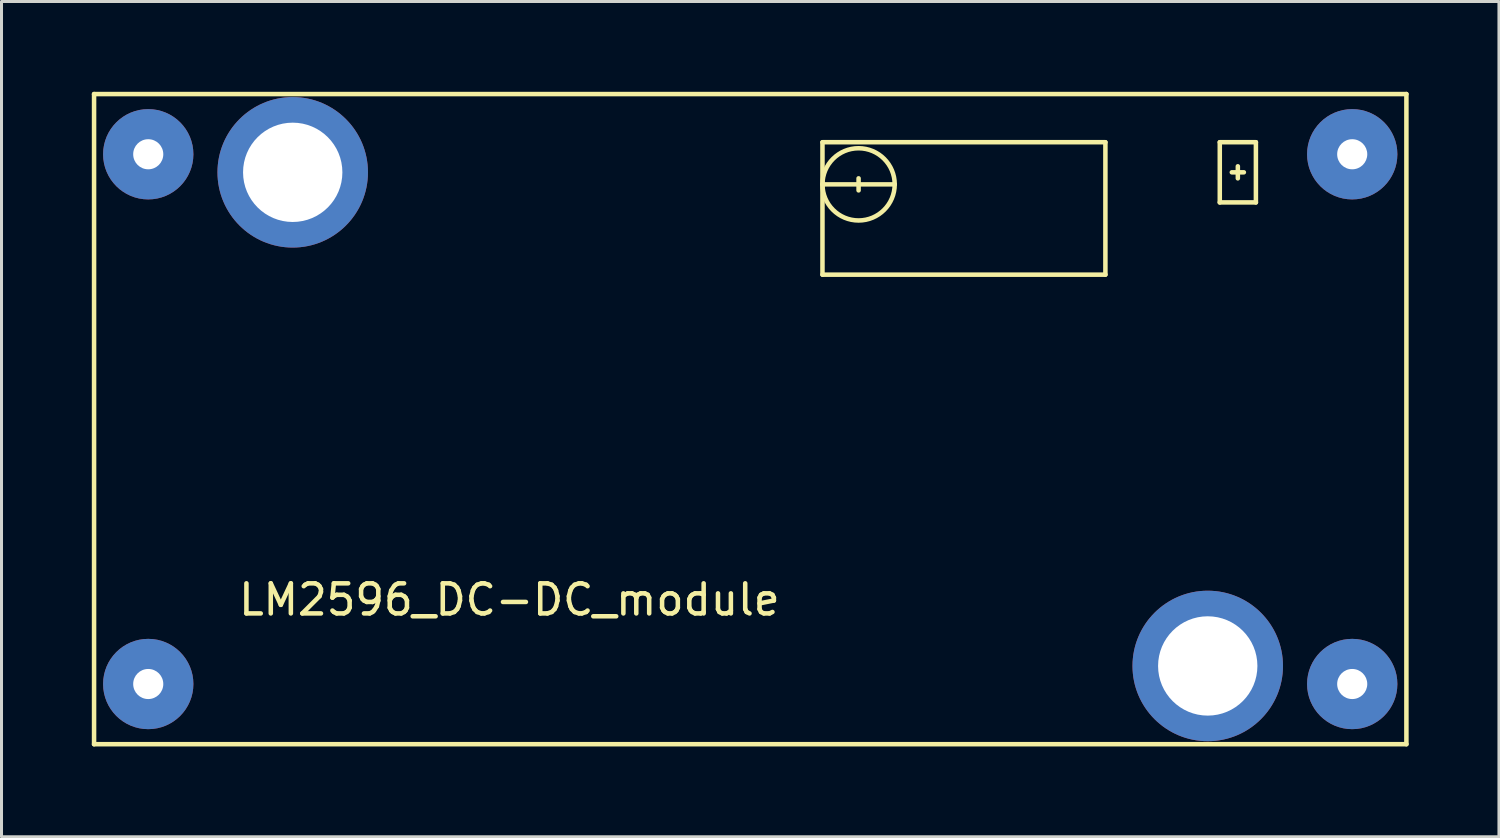
<source format=kicad_pcb>
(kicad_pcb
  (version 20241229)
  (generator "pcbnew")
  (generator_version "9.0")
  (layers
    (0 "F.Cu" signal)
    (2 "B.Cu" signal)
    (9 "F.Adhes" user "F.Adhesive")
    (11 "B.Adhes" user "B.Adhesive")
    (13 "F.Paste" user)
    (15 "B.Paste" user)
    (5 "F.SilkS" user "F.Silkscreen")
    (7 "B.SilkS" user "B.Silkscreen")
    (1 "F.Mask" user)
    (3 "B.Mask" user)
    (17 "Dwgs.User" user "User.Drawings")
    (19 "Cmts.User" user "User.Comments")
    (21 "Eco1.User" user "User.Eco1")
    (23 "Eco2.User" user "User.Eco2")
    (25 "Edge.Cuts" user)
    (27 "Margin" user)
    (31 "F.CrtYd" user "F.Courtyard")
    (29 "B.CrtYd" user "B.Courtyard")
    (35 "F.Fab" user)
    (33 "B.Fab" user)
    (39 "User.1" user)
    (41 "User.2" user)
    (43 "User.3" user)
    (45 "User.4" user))
  (footprint "LM2596_DC-DC_module"
    (layer "F.Cu")
    (at 21.875 10.875)
    (property "Reference" "LM2596_DC-DC_module" (at -8 6 0) (layer "F.SilkS") (effects (font (size 1 1) (thickness 0.15))))
    (attr through_hole)
    (fp_line (start -21.8 -10.8) (end 21.8 -10.8) (stroke (width 0.15) (type solid)) (layer "F.SilkS"))
    (fp_line (start -21.8 10.8) (end -21.8 -10.8) (stroke (width 0.15) (type solid)) (layer "F.SilkS"))
    (fp_line (start -15.4 -8.2) (end -15 -8.2) (stroke (width 0.15) (type solid)) (layer "F.SilkS"))
    (fp_line (start -15.2 -8.4) (end -15.2 -8) (stroke (width 0.15) (type solid)) (layer "F.SilkS"))
    (fp_line (start 2.4 -9.2) (end 11.8 -9.2) (stroke (width 0.15) (type solid)) (layer "F.SilkS"))
    (fp_line (start 2.4 -7.8) (end 4.8 -7.8) (stroke (width 0.15) (type solid)) (layer "F.SilkS"))
    (fp_line (start 2.4 -4.8) (end 2.4 -9.2) (stroke (width 0.15) (type solid)) (layer "F.SilkS"))
    (fp_line (start 3.6 -8) (end 3.6 -7.6) (stroke (width 0.15) (type solid)) (layer "F.SilkS"))
    (fp_line (start 11.8 -9.2) (end 11.8 -4.8) (stroke (width 0.15) (type solid)) (layer "F.SilkS"))
    (fp_line (start 11.8 -4.8) (end 2.4 -4.8) (stroke (width 0.15) (type solid)) (layer "F.SilkS"))
    (fp_line (start 15 8.2) (end 15.4 8.2) (stroke (width 0.15) (type solid)) (layer "F.SilkS"))
    (fp_line (start 15.2 8) (end 15.2 8.4) (stroke (width 0.15) (type solid)) (layer "F.SilkS"))
    (fp_line (start 15.6 -9.2) (end 16.8 -9.2) (stroke (width 0.15) (type solid)) (layer "F.SilkS"))
    (fp_line (start 15.6 -7.2) (end 15.6 -9.2) (stroke (width 0.15) (type solid)) (layer "F.SilkS"))
    (fp_line (start 16 -8.2) (end 16.4 -8.2) (stroke (width 0.15) (type solid)) (layer "F.SilkS"))
    (fp_line (start 16.2 -8.4) (end 16.2 -8) (stroke (width 0.15) (type solid)) (layer "F.SilkS"))
    (fp_line (start 16.8 -9.2) (end 16.8 -7.2) (stroke (width 0.15) (type solid)) (layer "F.SilkS"))
    (fp_line (start 16.8 -7.2) (end 15.6 -7.2) (stroke (width 0.15) (type solid)) (layer "F.SilkS"))
    (fp_line (start 21.8 -10.8) (end 21.8 10.8) (stroke (width 0.15) (type solid)) (layer "F.SilkS"))
    (fp_line (start 21.8 10.8) (end -21.8 10.8) (stroke (width 0.15) (type solid)) (layer "F.SilkS"))
    (fp_circle (center 3.6 -7.8) (end 4.8 -7.8) (stroke (width 0.15) (type solid)) (fill no) (layer "F.SilkS"))
    (pad "" thru_hole circle (at -15.2 -8.2) (size 5 5) (drill 3.3) (layers "*.Cu" "*.Mask"))
    (pad "" thru_hole circle (at 15.2 8.2) (size 5 5) (drill 3.3) (layers "*.Cu" "*.Mask"))
    (pad "IN+" thru_hole circle (at -20 -8.8) (size 3 3) (drill 1) (layers "*.Cu" "*.Mask"))
    (pad "IN-" thru_hole circle (at -20 8.8) (size 3 3) (drill 1) (layers "*.Cu" "*.Mask"))
    (pad "OUT+" thru_hole circle (at 20 -8.8) (size 3 3) (drill 1) (layers "*.Cu" "*.Mask"))
    (pad "OUT-" thru_hole circle (at 20 8.8) (size 3 3) (drill 1) (layers "*.Cu" "*.Mask")))
  (gr_rect
    (start -3 -3)
    (end 46.75 24.75)
    (stroke (width 0.1) (type default))
    (fill no)
    (layer "Edge.Cuts")))
</source>
